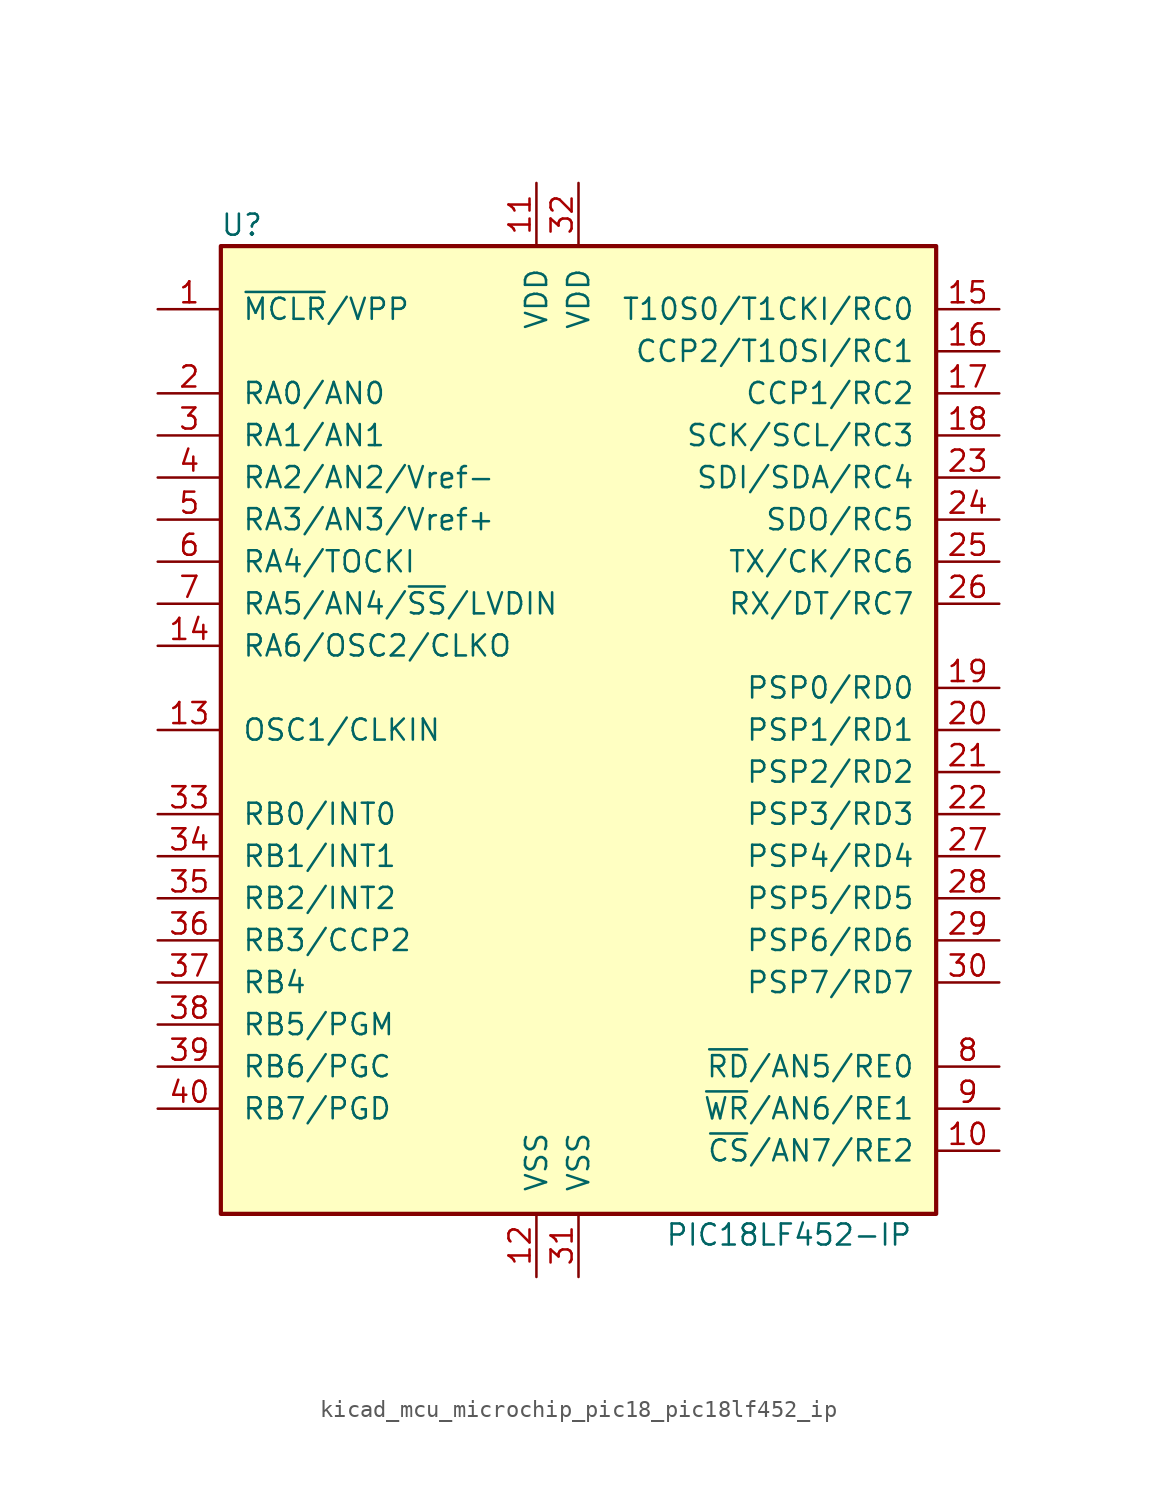
<source format=kicad_sym>
(kicad_symbol_lib
  (version 20220914)
  (generator kicad_symbol_editor)
  (symbol "kicad_mcu_microchip_pic18_pic18lf452_ip"
    (pin_names
      (offset 1.27))
    (property "Reference" "U"
      (at -20.32 30.48 0)
      (effects (font (size 1.27 1.27))))
    (property "Value" "PIC18LF452-IP"
      (at 12.7 -30.48 0)
      (effects (font (size 1.27 1.27))))
    (symbol "kicad_mcu_microchip_pic18_pic18lf452_ip_0_1"
      (rectangle (start -21.59 -29.21) (end 21.59 29.21) (stroke (width 0.254) (type default)) (fill (type background))))
    (symbol "kicad_mcu_microchip_pic18_pic18lf452_ip_1_1"
      (pin input line (at -25.4 25.4 0) (length 3.81) (name "~{MCLR}/VPP" (effects (font (size 1.27 1.27)))) (number "1" (effects (font (size 1.27 1.27)))))
      (pin bidirectional line (at 25.4 -25.4 180) (length 3.81) (name "~{CS}/AN7/RE2" (effects (font (size 1.27 1.27)))) (number "10" (effects (font (size 1.27 1.27)))))
      (pin power_in line (at -2.54 33.02 270) (length 3.81) (name "VDD" (effects (font (size 1.27 1.27)))) (number "11" (effects (font (size 1.27 1.27)))))
      (pin power_in line (at -2.54 -33.02 90) (length 3.81) (name "VSS" (effects (font (size 1.27 1.27)))) (number "12" (effects (font (size 1.27 1.27)))))
      (pin input line (at -25.4 0 0) (length 3.81) (name "OSC1/CLKIN" (effects (font (size 1.27 1.27)))) (number "13" (effects (font (size 1.27 1.27)))))
      (pin output line (at -25.4 5.08 0) (length 3.81) (name "RA6/OSC2/CLKO" (effects (font (size 1.27 1.27)))) (number "14" (effects (font (size 1.27 1.27)))))
      (pin bidirectional line (at 25.4 25.4 180) (length 3.81) (name "T10S0/T1CKI/RC0" (effects (font (size 1.27 1.27)))) (number "15" (effects (font (size 1.27 1.27)))))
      (pin bidirectional line (at 25.4 22.86 180) (length 3.81) (name "CCP2/T1OSI/RC1" (effects (font (size 1.27 1.27)))) (number "16" (effects (font (size 1.27 1.27)))))
      (pin bidirectional line (at 25.4 20.32 180) (length 3.81) (name "CCP1/RC2" (effects (font (size 1.27 1.27)))) (number "17" (effects (font (size 1.27 1.27)))))
      (pin bidirectional line (at 25.4 17.78 180) (length 3.81) (name "SCK/SCL/RC3" (effects (font (size 1.27 1.27)))) (number "18" (effects (font (size 1.27 1.27)))))
      (pin bidirectional line (at 25.4 2.54 180) (length 3.81) (name "PSP0/RD0" (effects (font (size 1.27 1.27)))) (number "19" (effects (font (size 1.27 1.27)))))
      (pin bidirectional line (at -25.4 20.32 0) (length 3.81) (name "RA0/AN0" (effects (font (size 1.27 1.27)))) (number "2" (effects (font (size 1.27 1.27)))))
      (pin bidirectional line (at 25.4 0 180) (length 3.81) (name "PSP1/RD1" (effects (font (size 1.27 1.27)))) (number "20" (effects (font (size 1.27 1.27)))))
      (pin bidirectional line (at 25.4 -2.54 180) (length 3.81) (name "PSP2/RD2" (effects (font (size 1.27 1.27)))) (number "21" (effects (font (size 1.27 1.27)))))
      (pin bidirectional line (at 25.4 -5.08 180) (length 3.81) (name "PSP3/RD3" (effects (font (size 1.27 1.27)))) (number "22" (effects (font (size 1.27 1.27)))))
      (pin bidirectional line (at 25.4 15.24 180) (length 3.81) (name "SDI/SDA/RC4" (effects (font (size 1.27 1.27)))) (number "23" (effects (font (size 1.27 1.27)))))
      (pin bidirectional line (at 25.4 12.7 180) (length 3.81) (name "SDO/RC5" (effects (font (size 1.27 1.27)))) (number "24" (effects (font (size 1.27 1.27)))))
      (pin bidirectional line (at 25.4 10.16 180) (length 3.81) (name "TX/CK/RC6" (effects (font (size 1.27 1.27)))) (number "25" (effects (font (size 1.27 1.27)))))
      (pin bidirectional line (at 25.4 7.62 180) (length 3.81) (name "RX/DT/RC7" (effects (font (size 1.27 1.27)))) (number "26" (effects (font (size 1.27 1.27)))))
      (pin bidirectional line (at 25.4 -7.62 180) (length 3.81) (name "PSP4/RD4" (effects (font (size 1.27 1.27)))) (number "27" (effects (font (size 1.27 1.27)))))
      (pin bidirectional line (at 25.4 -10.16 180) (length 3.81) (name "PSP5/RD5" (effects (font (size 1.27 1.27)))) (number "28" (effects (font (size 1.27 1.27)))))
      (pin bidirectional line (at 25.4 -12.7 180) (length 3.81) (name "PSP6/RD6" (effects (font (size 1.27 1.27)))) (number "29" (effects (font (size 1.27 1.27)))))
      (pin bidirectional line (at -25.4 17.78 0) (length 3.81) (name "RA1/AN1" (effects (font (size 1.27 1.27)))) (number "3" (effects (font (size 1.27 1.27)))))
      (pin bidirectional line (at 25.4 -15.24 180) (length 3.81) (name "PSP7/RD7" (effects (font (size 1.27 1.27)))) (number "30" (effects (font (size 1.27 1.27)))))
      (pin power_in line (at 0 -33.02 90) (length 3.81) (name "VSS" (effects (font (size 1.27 1.27)))) (number "31" (effects (font (size 1.27 1.27)))))
      (pin power_in line (at 0 33.02 270) (length 3.81) (name "VDD" (effects (font (size 1.27 1.27)))) (number "32" (effects (font (size 1.27 1.27)))))
      (pin bidirectional line (at -25.4 -5.08 0) (length 3.81) (name "RB0/INT0" (effects (font (size 1.27 1.27)))) (number "33" (effects (font (size 1.27 1.27)))))
      (pin bidirectional line (at -25.4 -7.62 0) (length 3.81) (name "RB1/INT1" (effects (font (size 1.27 1.27)))) (number "34" (effects (font (size 1.27 1.27)))))
      (pin bidirectional line (at -25.4 -10.16 0) (length 3.81) (name "RB2/INT2" (effects (font (size 1.27 1.27)))) (number "35" (effects (font (size 1.27 1.27)))))
      (pin bidirectional line (at -25.4 -12.7 0) (length 3.81) (name "RB3/CCP2" (effects (font (size 1.27 1.27)))) (number "36" (effects (font (size 1.27 1.27)))))
      (pin bidirectional line (at -25.4 -15.24 0) (length 3.81) (name "RB4" (effects (font (size 1.27 1.27)))) (number "37" (effects (font (size 1.27 1.27)))))
      (pin bidirectional line (at -25.4 -17.78 0) (length 3.81) (name "RB5/PGM" (effects (font (size 1.27 1.27)))) (number "38" (effects (font (size 1.27 1.27)))))
      (pin bidirectional line (at -25.4 -20.32 0) (length 3.81) (name "RB6/PGC" (effects (font (size 1.27 1.27)))) (number "39" (effects (font (size 1.27 1.27)))))
      (pin bidirectional line (at -25.4 15.24 0) (length 3.81) (name "RA2/AN2/Vref-" (effects (font (size 1.27 1.27)))) (number "4" (effects (font (size 1.27 1.27)))))
      (pin bidirectional line (at -25.4 -22.86 0) (length 3.81) (name "RB7/PGD" (effects (font (size 1.27 1.27)))) (number "40" (effects (font (size 1.27 1.27)))))
      (pin bidirectional line (at -25.4 12.7 0) (length 3.81) (name "RA3/AN3/Vref+" (effects (font (size 1.27 1.27)))) (number "5" (effects (font (size 1.27 1.27)))))
      (pin bidirectional line (at -25.4 10.16 0) (length 3.81) (name "RA4/TOCKI" (effects (font (size 1.27 1.27)))) (number "6" (effects (font (size 1.27 1.27)))))
      (pin bidirectional line (at -25.4 7.62 0) (length 3.81) (name "RA5/AN4/~{SS}/LVDIN" (effects (font (size 1.27 1.27)))) (number "7" (effects (font (size 1.27 1.27)))))
      (pin bidirectional line (at 25.4 -20.32 180) (length 3.81) (name "~{RD}/AN5/RE0" (effects (font (size 1.27 1.27)))) (number "8" (effects (font (size 1.27 1.27)))))
      (pin bidirectional line (at 25.4 -22.86 180) (length 3.81) (name "~{WR}/AN6/RE1" (effects (font (size 1.27 1.27)))) (number "9" (effects (font (size 1.27 1.27))))))))
</source>
